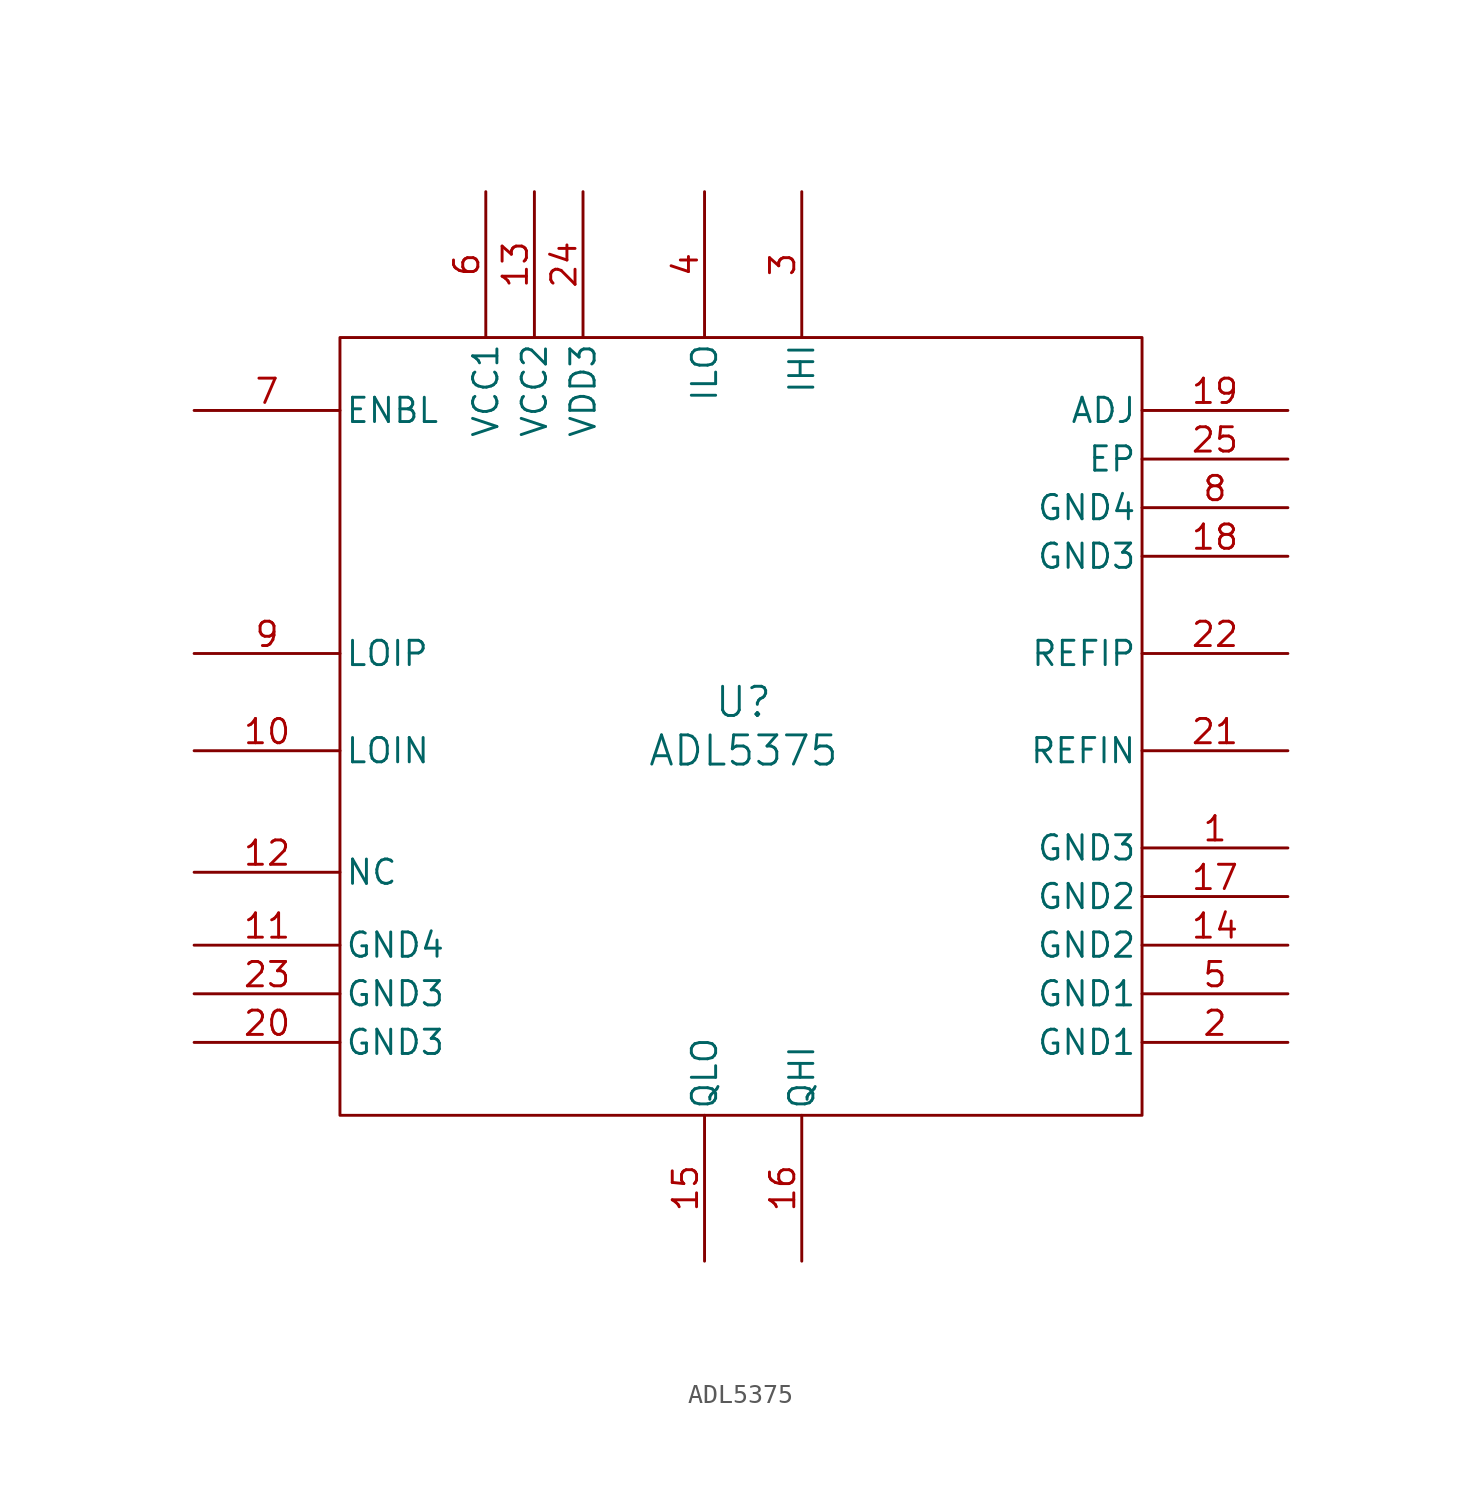
<source format=kicad_sym>
(kicad_symbol_lib
  (version 20241209)
  (generator "kicad_symbol_editor")
  (generator_version "9.0")
  (symbol "ADL5375"
    (pin_names
      (offset 0.254))
    (property "Reference" "U"
      (at 50.292 -38.1 0)
      (effects (font (size 1.524 1.524))))
    (property "Value" "ADL5375"
      (at 50.292 -40.64 0)
      (effects (font (size 1.524 1.524))))
    (property "ki_locked" ""
      (at 0 0 0)
      (effects (font (size 1.27 1.27))))
    (symbol "ADL5375_0_1"
      (pin unspecified line (at 21.59 -22.86 0) (length 7.62) (name "ENBL" (effects (font (size 1.27 1.27)))) (number "7" (effects (font (size 1.27 1.27)))))
      (pin unspecified line (at 21.59 -35.56 0) (length 7.62) (name "LOIP" (effects (font (size 1.27 1.27)))) (number "9" (effects (font (size 1.27 1.27)))))
      (pin unspecified line (at 21.59 -40.64 0) (length 7.62) (name "LOIN" (effects (font (size 1.27 1.27)))) (number "10" (effects (font (size 1.27 1.27)))))
      (pin unspecified line (at 21.59 -46.99 0) (length 7.62) (name "NC" (effects (font (size 1.27 1.27)))) (number "12" (effects (font (size 1.27 1.27)))))
      (pin unspecified line (at 21.59 -50.8 0) (length 7.62) (name "GND4" (effects (font (size 1.27 1.27)))) (number "11" (effects (font (size 1.27 1.27)))))
      (pin unspecified line (at 21.59 -53.34 0) (length 7.62) (name "GND3" (effects (font (size 1.27 1.27)))) (number "23" (effects (font (size 1.27 1.27)))))
      (pin unspecified line (at 21.59 -55.88 0) (length 7.62) (name "GND3" (effects (font (size 1.27 1.27)))) (number "20" (effects (font (size 1.27 1.27)))))
      (pin unspecified line (at 36.83 -11.43 270) (length 7.62) (name "VCC1" (effects (font (size 1.27 1.27)))) (number "6" (effects (font (size 1.27 1.27)))))
      (pin unspecified line (at 39.37 -11.43 270) (length 7.62) (name "VCC2" (effects (font (size 1.27 1.27)))) (number "13" (effects (font (size 1.27 1.27)))))
      (pin unspecified line (at 41.91 -11.43 270) (length 7.62) (name "VDD3" (effects (font (size 1.27 1.27)))) (number "24" (effects (font (size 1.27 1.27)))))
      (pin unspecified line (at 48.26 -11.43 270) (length 7.62) (name "ILO" (effects (font (size 1.27 1.27)))) (number "4" (effects (font (size 1.27 1.27)))))
      (pin unspecified line (at 48.26 -67.31 90) (length 7.62) (name "QLO" (effects (font (size 1.27 1.27)))) (number "15" (effects (font (size 1.27 1.27)))))
      (pin unspecified line (at 53.34 -11.43 270) (length 7.62) (name "IHI" (effects (font (size 1.27 1.27)))) (number "3" (effects (font (size 1.27 1.27)))))
      (pin unspecified line (at 53.34 -67.31 90) (length 7.62) (name "QHI" (effects (font (size 1.27 1.27)))) (number "16" (effects (font (size 1.27 1.27)))))
      (pin unspecified line (at 78.74 -22.86 180) (length 7.62) (name "ADJ" (effects (font (size 1.27 1.27)))) (number "19" (effects (font (size 1.27 1.27)))))
      (pin unspecified line (at 78.74 -25.4 180) (length 7.62) (name "EP" (effects (font (size 1.27 1.27)))) (number "25" (effects (font (size 1.27 1.27)))))
      (pin unspecified line (at 78.74 -27.94 180) (length 7.62) (name "GND4" (effects (font (size 1.27 1.27)))) (number "8" (effects (font (size 1.27 1.27)))))
      (pin unspecified line (at 78.74 -30.48 180) (length 7.62) (name "GND3" (effects (font (size 1.27 1.27)))) (number "18" (effects (font (size 1.27 1.27)))))
      (pin unspecified line (at 78.74 -35.56 180) (length 7.62) (name "REFIP" (effects (font (size 1.27 1.27)))) (number "22" (effects (font (size 1.27 1.27)))))
      (pin unspecified line (at 78.74 -40.64 180) (length 7.62) (name "REFIN" (effects (font (size 1.27 1.27)))) (number "21" (effects (font (size 1.27 1.27)))))
      (pin unspecified line (at 78.74 -45.72 180) (length 7.62) (name "GND3" (effects (font (size 1.27 1.27)))) (number "1" (effects (font (size 1.27 1.27)))))
      (pin unspecified line (at 78.74 -48.26 180) (length 7.62) (name "GND2" (effects (font (size 1.27 1.27)))) (number "17" (effects (font (size 1.27 1.27)))))
      (pin unspecified line (at 78.74 -50.8 180) (length 7.62) (name "GND2" (effects (font (size 1.27 1.27)))) (number "14" (effects (font (size 1.27 1.27)))))
      (pin unspecified line (at 78.74 -53.34 180) (length 7.62) (name "GND1" (effects (font (size 1.27 1.27)))) (number "5" (effects (font (size 1.27 1.27)))))
      (pin unspecified line (at 78.74 -55.88 180) (length 7.62) (name "GND1" (effects (font (size 1.27 1.27)))) (number "2" (effects (font (size 1.27 1.27))))))
    (symbol "ADL5375_1_1"
      (rectangle (start 29.21 -19.05) (end 71.12 -59.69) (stroke (width 0) (type default)) (fill (type none))))))
</source>
